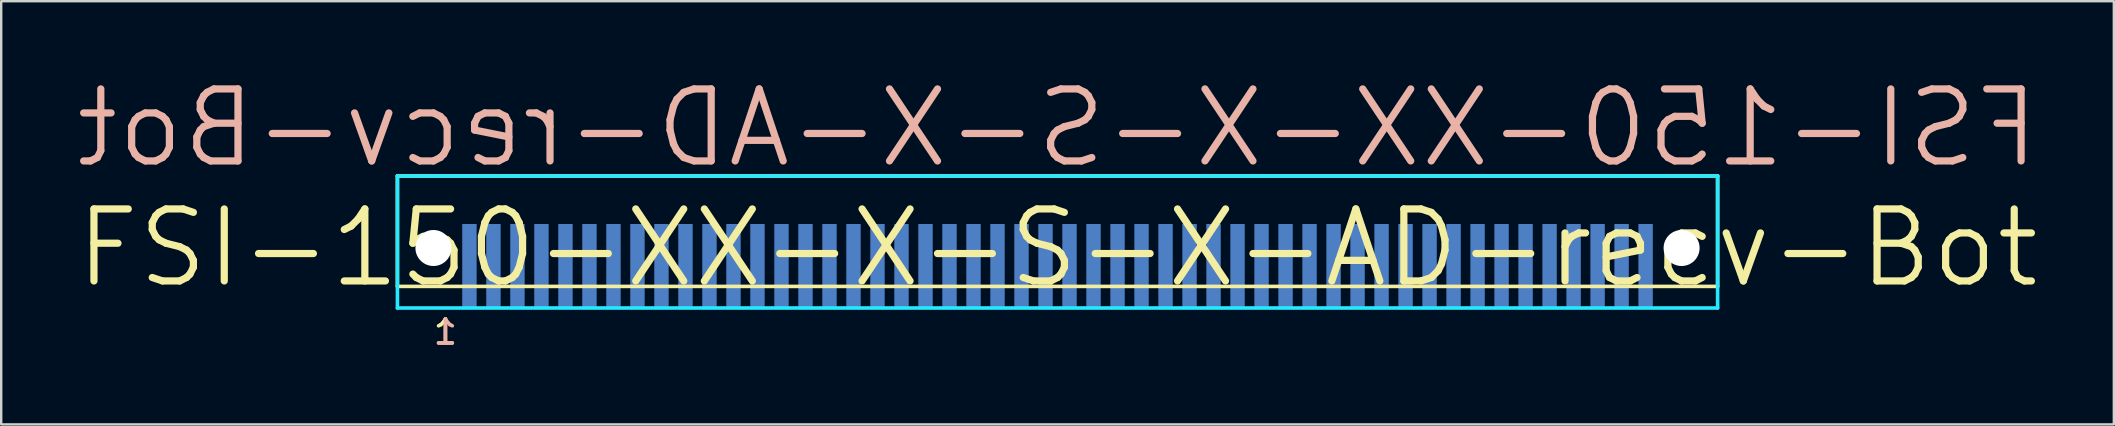
<source format=kicad_pcb>
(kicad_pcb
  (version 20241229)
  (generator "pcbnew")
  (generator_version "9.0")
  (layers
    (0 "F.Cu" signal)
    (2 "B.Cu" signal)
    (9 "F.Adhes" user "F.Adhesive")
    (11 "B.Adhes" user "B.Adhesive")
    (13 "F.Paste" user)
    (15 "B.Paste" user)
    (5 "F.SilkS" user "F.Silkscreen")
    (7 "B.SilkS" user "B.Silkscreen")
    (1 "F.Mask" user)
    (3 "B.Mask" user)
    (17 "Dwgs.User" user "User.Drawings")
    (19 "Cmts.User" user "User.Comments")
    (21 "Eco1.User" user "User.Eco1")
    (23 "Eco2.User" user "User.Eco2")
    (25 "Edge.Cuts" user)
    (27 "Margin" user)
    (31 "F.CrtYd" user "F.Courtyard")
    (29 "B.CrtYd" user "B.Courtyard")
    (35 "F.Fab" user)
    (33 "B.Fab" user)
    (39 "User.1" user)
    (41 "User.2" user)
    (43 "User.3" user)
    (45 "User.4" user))
  (footprint "FSI-150-XX-X-S-X-AD-recv-Bot"
    (layer "F.Cu")
    (at 41.007 7.282)
    (property "Reference" "FSI-150-XX-X-S-X-AD-recv-Bot" (at 0 0 0) (layer "F.SilkS") (effects (font (size 3 3) (thickness 0.3))))
    (attr smd)
    (fp_line (start -27.5 -3) (end 27.5 -3) (stroke (width 0.15) (type solid)) (layer "F.SilkS"))
    (fp_line (start -27.5 1.6) (end -27.5 -3) (stroke (width 0.15) (type solid)) (layer "F.SilkS"))
    (fp_line (start 27.5 -3) (end 27.5 1.6) (stroke (width 0.15) (type solid)) (layer "F.SilkS"))
    (fp_line (start 27.5 1.6) (end -27.5 1.6) (stroke (width 0.15) (type solid)) (layer "F.SilkS"))
    (fp_line (start -27.5 -3) (end -27.5 2.5) (stroke (width 0.15) (type solid)) (layer "B.CrtYd"))
    (fp_line (start -27.5 2.5) (end 27.5 2.5) (stroke (width 0.15) (type solid)) (layer "B.CrtYd"))
    (fp_line (start 27.5 -3) (end -27.5 -3) (stroke (width 0.15) (type solid)) (layer "B.CrtYd"))
    (fp_line (start 27.5 2.5) (end 27.5 -3) (stroke (width 0.15) (type solid)) (layer "B.CrtYd"))
    (fp_text user "1" (at -25.5 3.5 0) (layer "F.SilkS") (effects (font (size 1 1) (thickness 0.15))))
    (fp_text user "1" (at -25.5 3.5 0) (layer "B.SilkS") (effects (font (size 1 1) (thickness 0.15)) (justify mirror)))
    (fp_text user "${REFERENCE}" (at 0 -5 0) (layer "B.SilkS") (effects (font (size 3 3) (thickness 0.3)) (justify mirror)))
    (pad "" np_thru_hole circle (at -26 0) (size 1.5 1.5) (drill 1.5) (layers "*.Cu" "*.Mask"))
    (pad "" np_thru_hole circle (at 26 0) (size 1.5 1.5) (drill 1.5) (layers "*.Cu" "*.Mask"))
    (pad "1" smd rect (at -24.5 0.75) (size 0.6 3.5) (layers "B.Cu" "B.Mask"))
    (pad "2" smd rect (at -23.5 0.75) (size 0.6 3.5) (layers "B.Cu" "B.Mask"))
    (pad "3" smd rect (at -22.5 0.75) (size 0.6 3.5) (layers "B.Cu" "B.Mask"))
    (pad "4" smd rect (at -21.5 0.75) (size 0.6 3.5) (layers "B.Cu" "B.Mask"))
    (pad "5" smd rect (at -20.5 0.75) (size 0.6 3.5) (layers "B.Cu" "B.Mask"))
    (pad "6" smd rect (at -19.5 0.75) (size 0.6 3.5) (layers "B.Cu" "B.Mask"))
    (pad "7" smd rect (at -18.5 0.75) (size 0.6 3.5) (layers "B.Cu" "B.Mask"))
    (pad "8" smd rect (at -17.5 0.75) (size 0.6 3.5) (layers "B.Cu" "B.Mask"))
    (pad "9" smd rect (at -16.5 0.75) (size 0.6 3.5) (layers "B.Cu" "B.Mask"))
    (pad "10" smd rect (at -15.5 0.75) (size 0.6 3.5) (layers "B.Cu" "B.Mask"))
    (pad "11" smd rect (at -14.5 0.75) (size 0.6 3.5) (layers "B.Cu" "B.Mask"))
    (pad "12" smd rect (at -13.5 0.75) (size 0.6 3.5) (layers "B.Cu" "B.Mask"))
    (pad "13" smd rect (at -12.5 0.75) (size 0.6 3.5) (layers "B.Cu" "B.Mask"))
    (pad "14" smd rect (at -11.5 0.75) (size 0.6 3.5) (layers "B.Cu" "B.Mask"))
    (pad "15" smd rect (at -10.5 0.75) (size 0.6 3.5) (layers "B.Cu" "B.Mask"))
    (pad "16" smd rect (at -9.5 0.75) (size 0.6 3.5) (layers "B.Cu" "B.Mask"))
    (pad "17" smd rect (at -8.5 0.75) (size 0.6 3.5) (layers "B.Cu" "B.Mask"))
    (pad "18" smd rect (at -7.5 0.75) (size 0.6 3.5) (layers "B.Cu" "B.Mask"))
    (pad "19" smd rect (at -6.5 0.75) (size 0.6 3.5) (layers "B.Cu" "B.Mask"))
    (pad "20" smd rect (at -5.5 0.75) (size 0.6 3.5) (layers "B.Cu" "B.Mask"))
    (pad "21" smd rect (at -4.5 0.75) (size 0.6 3.5) (layers "B.Cu" "B.Mask"))
    (pad "22" smd rect (at -3.5 0.75) (size 0.6 3.5) (layers "B.Cu" "B.Mask"))
    (pad "23" smd rect (at -2.5 0.75) (size 0.6 3.5) (layers "B.Cu" "B.Mask"))
    (pad "24" smd rect (at -1.5 0.75) (size 0.6 3.5) (layers "B.Cu" "B.Mask"))
    (pad "25" smd rect (at -0.5 0.75) (size 0.6 3.5) (layers "B.Cu" "B.Mask"))
    (pad "26" smd rect (at 0.5 0.75) (size 0.6 3.5) (layers "B.Cu" "B.Mask"))
    (pad "27" smd rect (at 1.5 0.75) (size 0.6 3.5) (layers "B.Cu" "B.Mask"))
    (pad "28" smd rect (at 2.5 0.75) (size 0.6 3.5) (layers "B.Cu" "B.Mask"))
    (pad "29" smd rect (at 3.5 0.75) (size 0.6 3.5) (layers "B.Cu" "B.Mask"))
    (pad "30" smd rect (at 4.5 0.75) (size 0.6 3.5) (layers "B.Cu" "B.Mask"))
    (pad "31" smd rect (at 5.5 0.75) (size 0.6 3.5) (layers "B.Cu" "B.Mask"))
    (pad "32" smd rect (at 6.5 0.75) (size 0.6 3.5) (layers "B.Cu" "B.Mask"))
    (pad "33" smd rect (at 7.5 0.75) (size 0.6 3.5) (layers "B.Cu" "B.Mask"))
    (pad "34" smd rect (at 8.5 0.75) (size 0.6 3.5) (layers "B.Cu" "B.Mask"))
    (pad "35" smd rect (at 9.5 0.75) (size 0.6 3.5) (layers "B.Cu" "B.Mask"))
    (pad "36" smd rect (at 10.5 0.75) (size 0.6 3.5) (layers "B.Cu" "B.Mask"))
    (pad "37" smd rect (at 11.5 0.75) (size 0.6 3.5) (layers "B.Cu" "B.Mask"))
    (pad "38" smd rect (at 12.5 0.75) (size 0.6 3.5) (layers "B.Cu" "B.Mask"))
    (pad "39" smd rect (at 13.5 0.75) (size 0.6 3.5) (layers "B.Cu" "B.Mask"))
    (pad "40" smd rect (at 14.5 0.75) (size 0.6 3.5) (layers "B.Cu" "B.Mask"))
    (pad "41" smd rect (at 15.5 0.75) (size 0.6 3.5) (layers "B.Cu" "B.Mask"))
    (pad "42" smd rect (at 16.5 0.75) (size 0.6 3.5) (layers "B.Cu" "B.Mask"))
    (pad "43" smd rect (at 17.5 0.75) (size 0.6 3.5) (layers "B.Cu" "B.Mask"))
    (pad "44" smd rect (at 18.5 0.75) (size 0.6 3.5) (layers "B.Cu" "B.Mask"))
    (pad "45" smd rect (at 19.5 0.75) (size 0.6 3.5) (layers "B.Cu" "B.Mask"))
    (pad "46" smd rect (at 20.5 0.75) (size 0.6 3.5) (layers "B.Cu" "B.Mask"))
    (pad "47" smd rect (at 21.5 0.75) (size 0.6 3.5) (layers "B.Cu" "B.Mask"))
    (pad "48" smd rect (at 22.5 0.75) (size 0.6 3.5) (layers "B.Cu" "B.Mask"))
    (pad "49" smd rect (at 23.5 0.75) (size 0.6 3.5) (layers "B.Cu" "B.Mask"))
    (pad "50" smd rect (at 24.5 0.75) (size 0.6 3.5) (layers "B.Cu" "B.Mask")))
  (gr_rect
    (start -3 -3)
    (end 85.014 14.63)
    (stroke (width 0.1) (type default))
    (fill no)
    (layer "Edge.Cuts")))
</source>
